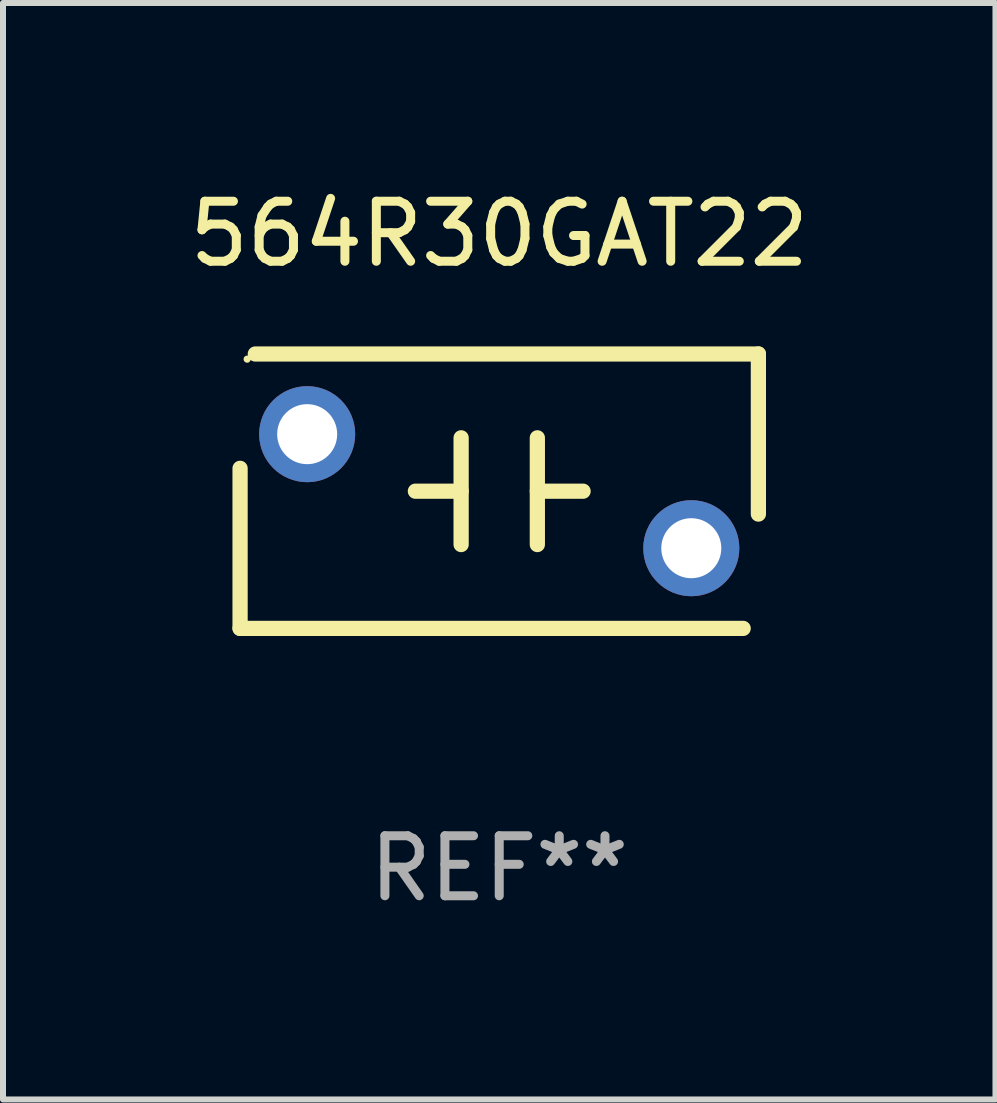
<source format=kicad_pcb>
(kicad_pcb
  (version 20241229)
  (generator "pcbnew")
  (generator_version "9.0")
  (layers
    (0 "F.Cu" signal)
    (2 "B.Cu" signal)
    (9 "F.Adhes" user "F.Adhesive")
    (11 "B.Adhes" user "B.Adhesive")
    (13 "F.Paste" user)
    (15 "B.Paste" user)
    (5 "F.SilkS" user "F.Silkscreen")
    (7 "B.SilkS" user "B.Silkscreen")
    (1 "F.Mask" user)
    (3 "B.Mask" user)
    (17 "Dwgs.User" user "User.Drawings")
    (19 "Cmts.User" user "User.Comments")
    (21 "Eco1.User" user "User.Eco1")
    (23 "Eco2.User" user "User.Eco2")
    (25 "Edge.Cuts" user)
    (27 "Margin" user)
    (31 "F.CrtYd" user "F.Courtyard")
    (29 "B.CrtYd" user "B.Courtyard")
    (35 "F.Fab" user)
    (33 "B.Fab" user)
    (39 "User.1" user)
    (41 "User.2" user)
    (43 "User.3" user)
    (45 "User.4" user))
  (footprint "564R30GAT22"
    (layer "F.Cu")
    (at 5.268 5.134)
    (property "Reference" "564R30GAT22" (at 0 -4.286 0) (layer "F.SilkS") (effects (font (size 1 1) (thickness 0.15))))
    (attr through_hole)
    (fp_line (start -4.318 -0.381) (end -4.318 2.286) (stroke (width 0.254) (type solid)) (layer "F.SilkS"))
    (fp_line (start -4.318 2.286) (end 4.064 2.286) (stroke (width 0.254) (type solid)) (layer "F.SilkS"))
    (fp_line (start -0.635 -0.889) (end -0.635 0.889) (stroke (width 0.254) (type solid)) (layer "F.SilkS"))
    (fp_line (start -0.635 0) (end -1.397 0) (stroke (width 0.254) (type solid)) (layer "F.SilkS"))
    (fp_line (start 0.635 0) (end 1.397 0) (stroke (width 0.254) (type solid)) (layer "F.SilkS"))
    (fp_line (start 0.635 0.889) (end 0.635 -0.889) (stroke (width 0.254) (type solid)) (layer "F.SilkS"))
    (fp_line (start 4.318 -2.286) (end -4.064 -2.286) (stroke (width 0.254) (type solid)) (layer "F.SilkS"))
    (fp_line (start 4.318 0.381) (end 4.318 -2.286) (stroke (width 0.254) (type solid)) (layer "F.SilkS"))
    (fp_circle (center -4.2 -2.2) (end -4.17 -2.2) (stroke (width 0.06) (type solid)) (fill no) (layer "F.SilkS"))
    (fp_text user "REF**" (at 0 6.286 0) (layer "F.Fab") (effects (font (size 1 1) (thickness 0.15))))
    (pad "1" thru_hole circle (at -3.2 -0.95) (size 1.6 1.6) (drill 1) (layers "*.Cu" "*.Mask"))
    (pad "2" thru_hole circle (at 3.2 0.95) (size 1.6 1.6) (drill 1) (layers "*.Cu" "*.Mask")))
  (gr_rect
    (start -3 -3)
    (end 13.536 15.269)
    (stroke (width 0.1) (type default))
    (fill no)
    (layer "Edge.Cuts")))
</source>
